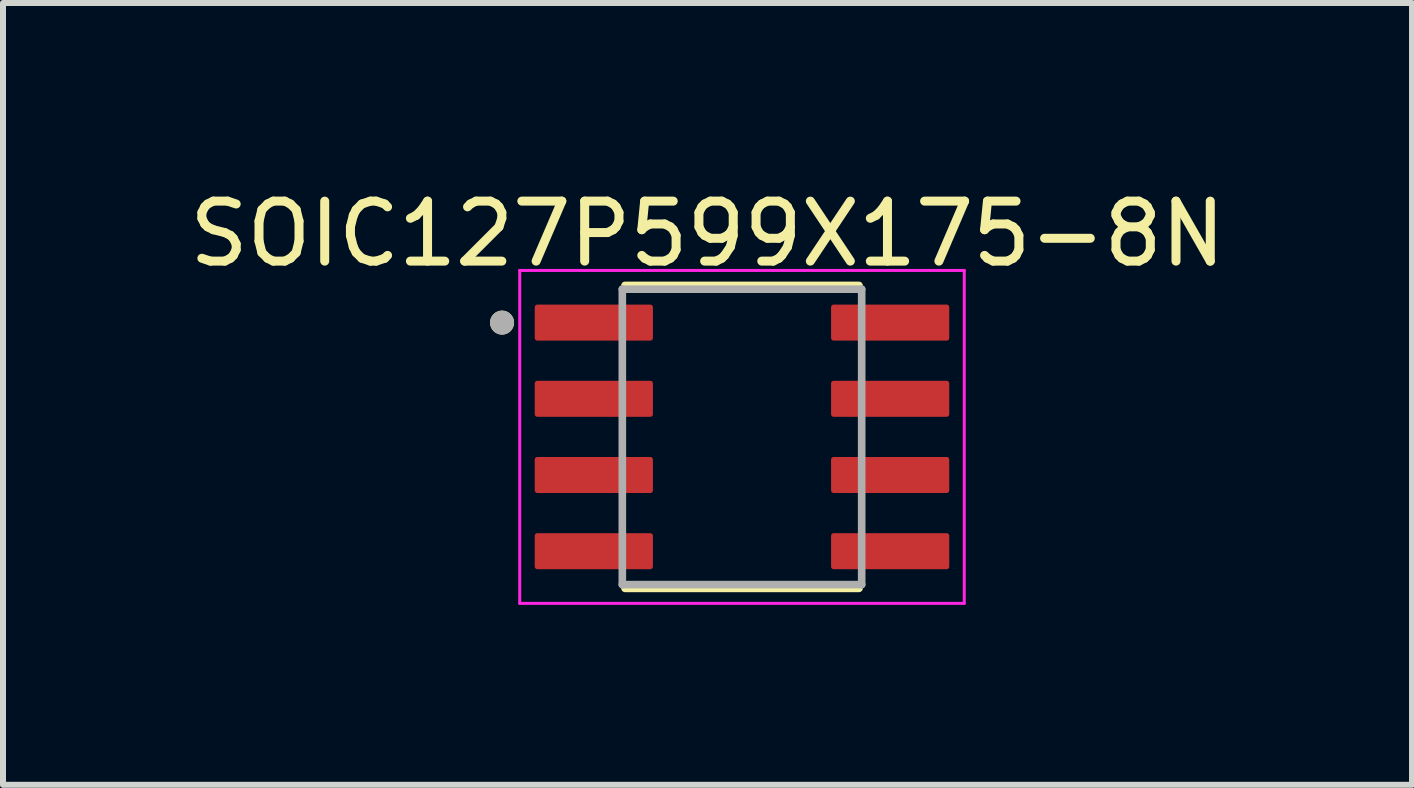
<source format=kicad_pcb>
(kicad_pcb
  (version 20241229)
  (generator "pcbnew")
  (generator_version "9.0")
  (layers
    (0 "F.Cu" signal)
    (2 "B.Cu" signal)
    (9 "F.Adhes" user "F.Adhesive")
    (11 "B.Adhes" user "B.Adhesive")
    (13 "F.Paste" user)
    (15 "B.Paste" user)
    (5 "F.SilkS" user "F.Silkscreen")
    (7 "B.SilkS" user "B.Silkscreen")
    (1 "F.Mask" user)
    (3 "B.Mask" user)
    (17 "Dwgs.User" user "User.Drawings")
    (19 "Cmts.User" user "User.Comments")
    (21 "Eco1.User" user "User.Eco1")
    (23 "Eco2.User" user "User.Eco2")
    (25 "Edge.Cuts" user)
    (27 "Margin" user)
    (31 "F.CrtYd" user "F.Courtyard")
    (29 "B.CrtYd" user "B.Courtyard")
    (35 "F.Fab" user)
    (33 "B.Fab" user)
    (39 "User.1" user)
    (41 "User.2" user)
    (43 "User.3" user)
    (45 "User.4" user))
  (footprint "SOIC127P599X175-8N"
    (layer "F.Cu")
    (at 9.319 4.233)
    (property "Reference" "SOIC127P599X175-8N" (at -0.575 -3.385 0) (layer "F.SilkS") (effects (font (size 1 1) (thickness 0.15))))
    (attr through_hole)
    (fp_line (start -1.95 -2.525) (end 1.95 -2.525) (stroke (width 0.127) (type solid)) (layer "F.SilkS"))
    (fp_line (start -1.95 2.525) (end 1.95 2.525) (stroke (width 0.127) (type solid)) (layer "F.SilkS"))
    (fp_circle (center -4 -1.905) (end -3.9 -1.905) (stroke (width 0.2) (type solid)) (fill no) (layer "F.SilkS"))
    (fp_line (start -3.705 -2.775) (end -3.705 2.775) (stroke (width 0.05) (type solid)) (layer "F.CrtYd"))
    (fp_line (start -3.705 -2.775) (end 3.705 -2.775) (stroke (width 0.05) (type solid)) (layer "F.CrtYd"))
    (fp_line (start -3.705 2.775) (end 3.705 2.775) (stroke (width 0.05) (type solid)) (layer "F.CrtYd"))
    (fp_line (start 3.705 -2.775) (end 3.705 2.775) (stroke (width 0.05) (type solid)) (layer "F.CrtYd"))
    (fp_line (start -1.995 -2.462) (end -1.995 2.462) (stroke (width 0.127) (type solid)) (layer "F.Fab"))
    (fp_line (start -1.995 -2.462) (end 1.995 -2.462) (stroke (width 0.127) (type solid)) (layer "F.Fab"))
    (fp_line (start -1.995 2.462) (end 1.995 2.462) (stroke (width 0.127) (type solid)) (layer "F.Fab"))
    (fp_line (start 1.995 -2.462) (end 1.995 2.462) (stroke (width 0.127) (type solid)) (layer "F.Fab"))
    (fp_circle (center -4 -1.905) (end -3.9 -1.905) (stroke (width 0.2) (type solid)) (fill no) (layer "F.Fab"))
    (pad "1" smd roundrect (at -2.47 -1.905) (size 1.97 0.6) (layers "F.Cu" "F.Mask" "F.Paste") (roundrect_rratio 0.07))
    (pad "2" smd roundrect (at -2.47 -0.635) (size 1.97 0.6) (layers "F.Cu" "F.Mask" "F.Paste") (roundrect_rratio 0.07))
    (pad "3" smd roundrect (at -2.47 0.635) (size 1.97 0.6) (layers "F.Cu" "F.Mask" "F.Paste") (roundrect_rratio 0.07))
    (pad "4" smd roundrect (at -2.47 1.905) (size 1.97 0.6) (layers "F.Cu" "F.Mask" "F.Paste") (roundrect_rratio 0.07))
    (pad "5" smd roundrect (at 2.47 1.905) (size 1.97 0.6) (layers "F.Cu" "F.Mask" "F.Paste") (roundrect_rratio 0.07))
    (pad "6" smd roundrect (at 2.47 0.635) (size 1.97 0.6) (layers "F.Cu" "F.Mask" "F.Paste") (roundrect_rratio 0.07))
    (pad "7" smd roundrect (at 2.47 -0.635) (size 1.97 0.6) (layers "F.Cu" "F.Mask" "F.Paste") (roundrect_rratio 0.07))
    (pad "8" smd roundrect (at 2.47 -1.905) (size 1.97 0.6) (layers "F.Cu" "F.Mask" "F.Paste") (roundrect_rratio 0.07)))
  (gr_rect
    (start -3 -3)
    (end 20.488 10.033)
    (stroke (width 0.1) (type default))
    (fill no)
    (layer "Edge.Cuts")))
</source>
